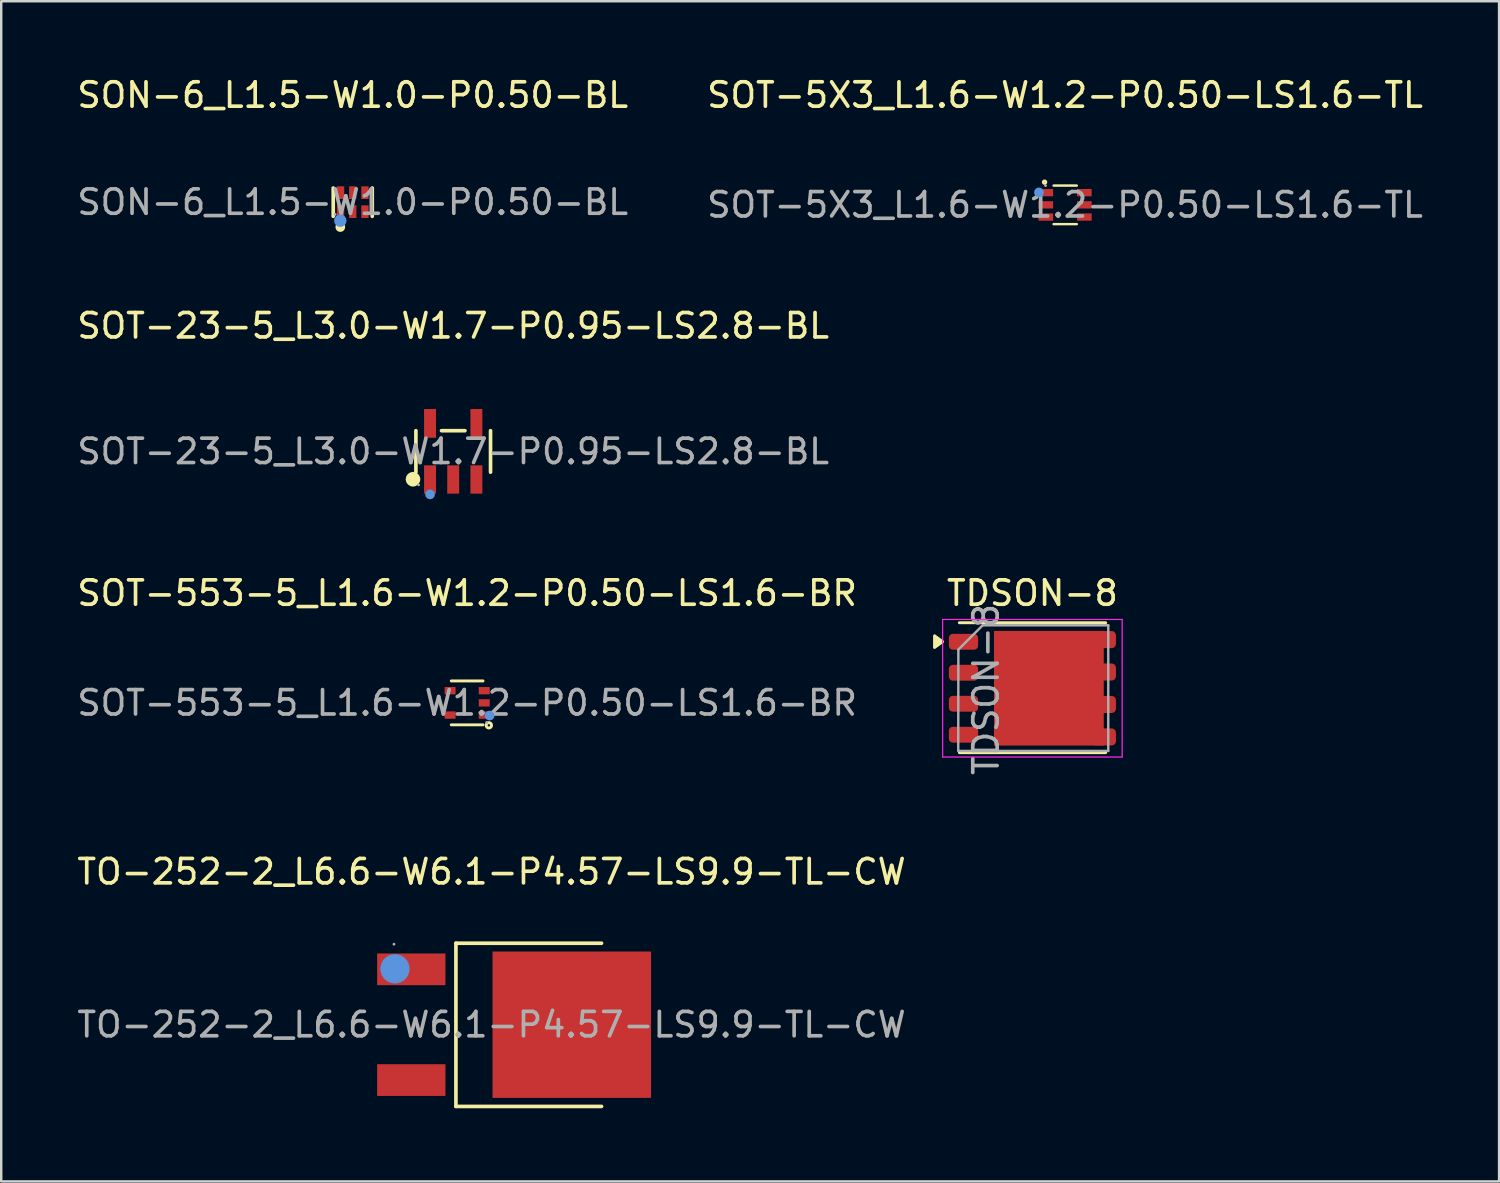
<source format=kicad_pcb>
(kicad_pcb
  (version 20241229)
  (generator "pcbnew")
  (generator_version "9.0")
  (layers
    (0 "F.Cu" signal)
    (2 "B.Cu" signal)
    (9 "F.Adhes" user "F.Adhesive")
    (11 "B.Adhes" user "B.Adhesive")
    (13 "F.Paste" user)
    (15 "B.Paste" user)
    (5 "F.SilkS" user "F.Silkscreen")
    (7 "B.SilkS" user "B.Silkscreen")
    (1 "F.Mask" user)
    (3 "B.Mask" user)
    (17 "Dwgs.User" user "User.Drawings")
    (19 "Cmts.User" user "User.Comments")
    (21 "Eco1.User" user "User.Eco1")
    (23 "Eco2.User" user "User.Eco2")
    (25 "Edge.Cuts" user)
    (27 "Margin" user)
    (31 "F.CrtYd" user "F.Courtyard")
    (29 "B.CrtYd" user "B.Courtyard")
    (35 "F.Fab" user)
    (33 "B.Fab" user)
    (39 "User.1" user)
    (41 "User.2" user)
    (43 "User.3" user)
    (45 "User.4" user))
  (footprint "TDSON-8"
    (layer "F.Cu")
    (at 39.274 25.165)
    (property "Reference" "TDSON-8" (at 0 -3.9 0) (layer "F.SilkS") (effects (font (size 1 1) (thickness 0.15))))
    (attr smd)
    (fp_line (start 3.005 -2.685) (end -2.995 -2.685) (stroke (width 0.12) (type solid)) (layer "F.SilkS"))
    (fp_line (start 3.005 2.64) (end -2.995 2.64) (stroke (width 0.12) (type solid)) (layer "F.SilkS"))
    (fp_poly (pts (xy -3.682 -1.91) (xy -4.012 -1.67) (xy -4.012 -2.15) (xy -3.682 -1.91)) (stroke (width 0.12) (type solid)) (fill yes) (layer "F.SilkS"))
    (fp_line (start -3.68 -2.82) (end 3.68 -2.82) (stroke (width 0.05) (type solid)) (layer "F.CrtYd"))
    (fp_line (start -3.68 2.82) (end -3.68 -2.82) (stroke (width 0.05) (type solid)) (layer "F.CrtYd"))
    (fp_line (start 3.68 -2.82) (end 3.68 2.82) (stroke (width 0.05) (type solid)) (layer "F.CrtYd"))
    (fp_line (start 3.68 2.82) (end -3.68 2.82) (stroke (width 0.05) (type solid)) (layer "F.CrtYd"))
    (fp_line (start -3.035 -1.57) (end -3.04 2.56) (stroke (width 0.1) (type solid)) (layer "F.Fab"))
    (fp_line (start -2.045 -2.575) (end -3.045 -1.575) (stroke (width 0.1) (type solid)) (layer "F.Fab"))
    (fp_line (start -2.04 -2.58) (end 3.11 -2.58) (stroke (width 0.1) (type solid)) (layer "F.Fab"))
    (fp_line (start 3.11 -2.58) (end 3.11 2.57) (stroke (width 0.1) (type solid)) (layer "F.Fab"))
    (fp_line (start 3.11 2.57) (end -3.04 2.57) (stroke (width 0.1) (type solid)) (layer "F.Fab"))
    (fp_text user "${REFERENCE}" (at -1.9 0.05 90) (layer "F.Fab") (effects (font (size 1 1) (thickness 0.15))))
    (pad "" smd rect (at -0.8 -1.725) (size 0.9 0.9) (layers "F.Paste"))
    (pad "" smd rect (at -0.8 -0.575) (size 0.9 0.9) (layers "F.Paste"))
    (pad "" smd rect (at -0.8 0.575) (size 0.9 0.9) (layers "F.Paste"))
    (pad "" smd rect (at -0.8 1.725) (size 0.9 0.9) (layers "F.Paste"))
    (pad "" smd rect (at 0.425 -1.725) (size 0.9 0.9) (layers "F.Paste"))
    (pad "" smd rect (at 0.425 -0.575) (size 0.9 0.9) (layers "F.Paste"))
    (pad "" smd rect (at 0.425 0.575) (size 0.9 0.9) (layers "F.Paste"))
    (pad "" smd rect (at 0.425 1.725) (size 0.9 0.9) (layers "F.Paste"))
    (pad "" smd rect (at 1.625 -1.725) (size 0.9 0.9) (layers "F.Paste"))
    (pad "" smd rect (at 1.625 -0.575) (size 0.9 0.9) (layers "F.Paste"))
    (pad "" smd rect (at 1.625 0.575) (size 0.9 0.9) (layers "F.Paste"))
    (pad "" smd rect (at 1.625 1.725) (size 0.9 0.9) (layers "F.Paste"))
    (pad "1" smd roundrect (at -2.825 -1.905) (size 1.2 0.65) (layers "F.Cu" "F.Mask" "F.Paste") (roundrect_rratio 0.25))
    (pad "2" smd roundrect (at -2.825 -0.635) (size 1.2 0.65) (layers "F.Cu" "F.Mask" "F.Paste") (roundrect_rratio 0.25))
    (pad "3" smd roundrect (at -2.825 0.635) (size 1.2 0.65) (layers "F.Cu" "F.Mask" "F.Paste") (roundrect_rratio 0.25))
    (pad "4" smd roundrect (at -2.825 1.905) (size 1.2 0.65) (layers "F.Cu" "F.Mask" "F.Paste") (roundrect_rratio 0.25))
    (pad "5" smd rect (at 0.675 0) (size 4.5 4.7) (layers "F.Cu" "F.Mask"))
    (pad "5" smd roundrect (at 2.925 -1.995) (size 1 0.7) (layers "F.Cu" "F.Mask" "F.Paste") (roundrect_rratio 0.25))
    (pad "5" smd roundrect (at 2.925 -0.665) (size 1 0.7) (layers "F.Cu" "F.Mask" "F.Paste") (roundrect_rratio 0.25))
    (pad "5" smd roundrect (at 2.925 0.665) (size 1 0.7) (layers "F.Cu" "F.Mask" "F.Paste") (roundrect_rratio 0.25))
    (pad "5" smd roundrect (at 2.925 1.995) (size 1 0.7) (layers "F.Cu" "F.Mask" "F.Paste") (roundrect_rratio 0.25)))
  (footprint "TO-252-2_L6.6-W6.1-P4.57-LS9.9-TL-CW"
    (layer "F.Cu")
    (at 17.101 38.958)
    (property "Reference" "TO-252-2_L6.6-W6.1-P4.57-LS9.9-TL-CW" (at 0 -6.27 0) (layer "F.SilkS") (effects (font (size 1 1) (thickness 0.15))))
    (attr smd)
    (fp_line (start -1.46 -3.34) (end -1.46 3.35) (stroke (width 0.15) (type solid)) (layer "F.SilkS"))
    (fp_line (start 4.51 -3.34) (end -1.46 -3.34) (stroke (width 0.15) (type solid)) (layer "F.SilkS"))
    (fp_line (start 4.51 3.35) (end -1.46 3.35) (stroke (width 0.15) (type solid)) (layer "F.SilkS"))
    (fp_circle (center -3.96 -2.29) (end -3.66 -2.29) (stroke (width 0.6) (type solid)) (fill no) (layer "Cmts.User"))
    (fp_circle (center -4 -3.3) (end -3.97 -3.3) (stroke (width 0.06) (type solid)) (fill no) (layer "F.Fab"))
    (fp_text user "${REFERENCE}" (at 0 0 0) (layer "F.Fab") (effects (font (size 1 1) (thickness 0.15))))
    (pad "1" smd rect (at -3.29 -2.27) (size 2.8 1.3) (layers "F.Cu" "F.Mask" "F.Paste"))
    (pad "2" smd rect (at 3.29 0) (size 6.5 6) (layers "F.Cu" "F.Mask" "F.Paste"))
    (pad "3" smd rect (at -3.29 2.27) (size 2.8 1.3) (layers "F.Cu" "F.Mask" "F.Paste")))
  (footprint "SOT-553-5_L1.6-W1.2-P0.50-LS1.6-BR"
    (layer "F.Cu")
    (at 16.101 25.765)
    (property "Reference" "SOT-553-5_L1.6-W1.2-P0.50-LS1.6-BR" (at 0 -4.5 0) (layer "F.SilkS") (effects (font (size 1 1) (thickness 0.15))))
    (attr smd)
    (fp_line (start -0.65 -0.9) (end 0.65 -0.9) (stroke (width 0.12) (type solid)) (layer "F.SilkS"))
    (fp_line (start -0.65 0.9) (end 0.65 0.9) (stroke (width 0.12) (type solid)) (layer "F.SilkS"))
    (fp_circle (center 0.89 0.92) (end 0.94 0.92) (stroke (width 0.12) (type solid)) (fill no) (layer "F.SilkS"))
    (fp_circle (center 0.92 0.52) (end 1.02 0.52) (stroke (width 0.2) (type solid)) (fill no) (layer "Cmts.User"))
    (fp_circle (center 0.8 0.8) (end 0.83 0.8) (stroke (width 0.06) (type solid)) (fill no) (layer "F.Fab"))
    (fp_text user "${REFERENCE}" (at 0 0 0) (layer "F.Fab") (effects (font (size 1 1) (thickness 0.15))))
    (pad "1" smd rect (at 0.7 0.5) (size 0.45 0.3) (layers "F.Cu" "F.Mask" "F.Paste"))
    (pad "2" smd rect (at 0.7 0) (size 0.45 0.3) (layers "F.Cu" "F.Mask" "F.Paste"))
    (pad "3" smd rect (at 0.7 -0.5) (size 0.45 0.3) (layers "F.Cu" "F.Mask" "F.Paste"))
    (pad "4" smd rect (at -0.7 -0.5) (size 0.45 0.3) (layers "F.Cu" "F.Mask" "F.Paste"))
    (pad "5" smd rect (at -0.7 0.5) (size 0.45 0.3) (layers "F.Cu" "F.Mask" "F.Paste")))
  (footprint "SOT-5X3_L1.6-W1.2-P0.50-LS1.6-TL"
    (layer "F.Cu")
    (at 40.613 5.348)
    (property "Reference" "SOT-5X3_L1.6-W1.2-P0.50-LS1.6-TL" (at 0 -4.5 0) (layer "F.SilkS") (effects (font (size 1 1) (thickness 0.15))))
    (attr smd)
    (fp_line (start 0.48 -0.79) (end -0.47 -0.79) (stroke (width 0.1) (type solid)) (layer "F.SilkS"))
    (fp_line (start 0.48 0.79) (end -0.47 0.79) (stroke (width 0.1) (type solid)) (layer "F.SilkS"))
    (fp_circle (center -0.84 -0.93) (end -0.78 -0.93) (stroke (width 0.1) (type solid)) (fill no) (layer "F.SilkS"))
    (fp_circle (center -1.07 -0.51) (end -0.97 -0.51) (stroke (width 0.2) (type solid)) (fill no) (layer "Cmts.User"))
    (fp_circle (center -0.8 -0.79) (end -0.77 -0.79) (stroke (width 0.06) (type solid)) (fill no) (layer "F.Fab"))
    (fp_text user "${REFERENCE}" (at 0 0 0) (layer "F.Fab") (effects (font (size 1 1) (thickness 0.15))))
    (pad "1" smd rect (at -0.79 -0.5) (size 0.6 0.3) (layers "F.Cu" "F.Mask" "F.Paste"))
    (pad "2" smd rect (at -0.79 0) (size 0.6 0.3) (layers "F.Cu" "F.Mask" "F.Paste"))
    (pad "3" smd rect (at -0.79 0.5) (size 0.6 0.3) (layers "F.Cu" "F.Mask" "F.Paste"))
    (pad "4" smd rect (at 0.79 0.5) (size 0.6 0.3) (layers "F.Cu" "F.Mask" "F.Paste"))
    (pad "5" smd rect (at 0.79 0) (size 0.6 0.3) (layers "F.Cu" "F.Mask" "F.Paste"))
    (pad "6" smd rect (at 0.79 -0.5) (size 0.6 0.3) (layers "F.Cu" "F.Mask" "F.Paste")))
  (footprint "SON-6_L1.5-W1.0-P0.50-BL"
    (layer "F.Cu")
    (at 11.411 5.238)
    (property "Reference" "SON-6_L1.5-W1.0-P0.50-BL" (at 0 -4.39 0) (layer "F.SilkS") (effects (font (size 1 1) (thickness 0.15))))
    (attr smd)
    (fp_line (start -0.8 0.58) (end -0.8 -0.58) (stroke (width 0.15) (type solid)) (layer "F.SilkS"))
    (fp_line (start 0.8 -0.58) (end 0.8 0.58) (stroke (width 0.15) (type solid)) (layer "F.SilkS"))
    (fp_circle (center -0.51 1.02) (end -0.41 1.02) (stroke (width 0.2) (type solid)) (fill no) (layer "F.SilkS"))
    (fp_circle (center -0.51 0.76) (end -0.38 0.76) (stroke (width 0.25) (type solid)) (fill no) (layer "Cmts.User"))
    (fp_circle (center -0.72 0.5) (end -0.69 0.5) (stroke (width 0.06) (type solid)) (fill no) (layer "F.Fab"))
    (fp_text user "${REFERENCE}" (at 0 0 0) (layer "F.Fab") (effects (font (size 1 1) (thickness 0.15))))
    (pad "1" smd rect (at -0.5 0.39) (size 0.3 0.52) (layers "F.Cu" "F.Mask" "F.Paste"))
    (pad "2" smd rect (at 0 0.39) (size 0.3 0.52) (layers "F.Cu" "F.Mask" "F.Paste"))
    (pad "3" smd rect (at 0.5 0.39) (size 0.3 0.52) (layers "F.Cu" "F.Mask" "F.Paste"))
    (pad "4" smd rect (at 0.5 -0.39) (size 0.3 0.52) (layers "F.Cu" "F.Mask" "F.Paste"))
    (pad "5" smd rect (at 0 -0.39) (size 0.3 0.52) (layers "F.Cu" "F.Mask" "F.Paste"))
    (pad "6" smd rect (at -0.5 -0.39) (size 0.3 0.52) (layers "F.Cu" "F.Mask" "F.Paste")))
  (footprint "SOT-23-5_L3.0-W1.7-P0.95-LS2.8-BL"
    (layer "F.Cu")
    (at 15.53 15.457)
    (property "Reference" "SOT-23-5_L3.0-W1.7-P0.95-LS2.8-BL" (at 0 -5.15 0) (layer "F.SilkS") (effects (font (size 1 1) (thickness 0.15))))
    (attr smd)
    (fp_line (start -1.53 0.85) (end -1.53 -0.85) (stroke (width 0.15) (type solid)) (layer "F.SilkS"))
    (fp_line (start 0.48 -0.85) (end -0.48 -0.85) (stroke (width 0.15) (type solid)) (layer "F.SilkS"))
    (fp_line (start 1.53 0.85) (end 1.53 -0.85) (stroke (width 0.15) (type solid)) (layer "F.SilkS"))
    (fp_circle (center -1.65 1.14) (end -1.5 1.14) (stroke (width 0.3) (type solid)) (fill no) (layer "F.SilkS"))
    (fp_circle (center -0.95 1.76) (end -0.85 1.76) (stroke (width 0.2) (type solid)) (fill no) (layer "Cmts.User"))
    (fp_circle (center -1.42 1.37) (end -1.39 1.37) (stroke (width 0.06) (type solid)) (fill no) (layer "F.Fab"))
    (fp_text user "${REFERENCE}" (at 0 0 0) (layer "F.Fab") (effects (font (size 1 1) (thickness 0.15))))
    (pad "1" smd rect (at -0.95 1.15) (size 0.49 1.16) (layers "F.Cu" "F.Mask" "F.Paste"))
    (pad "2" smd rect (at 0 1.15) (size 0.49 1.16) (layers "F.Cu" "F.Mask" "F.Paste"))
    (pad "3" smd rect (at 0.95 1.15) (size 0.49 1.16) (layers "F.Cu" "F.Mask" "F.Paste"))
    (pad "4" smd rect (at 0.95 -1.15) (size 0.49 1.18) (layers "F.Cu" "F.Mask" "F.Paste"))
    (pad "5" smd rect (at -0.95 -1.15) (size 0.49 1.18) (layers "F.Cu" "F.Mask" "F.Paste")))
  (gr_rect
    (start -3 -3)
    (end 58.405 45.383)
    (stroke (width 0.1) (type default))
    (fill no)
    (layer "Edge.Cuts")))
</source>
